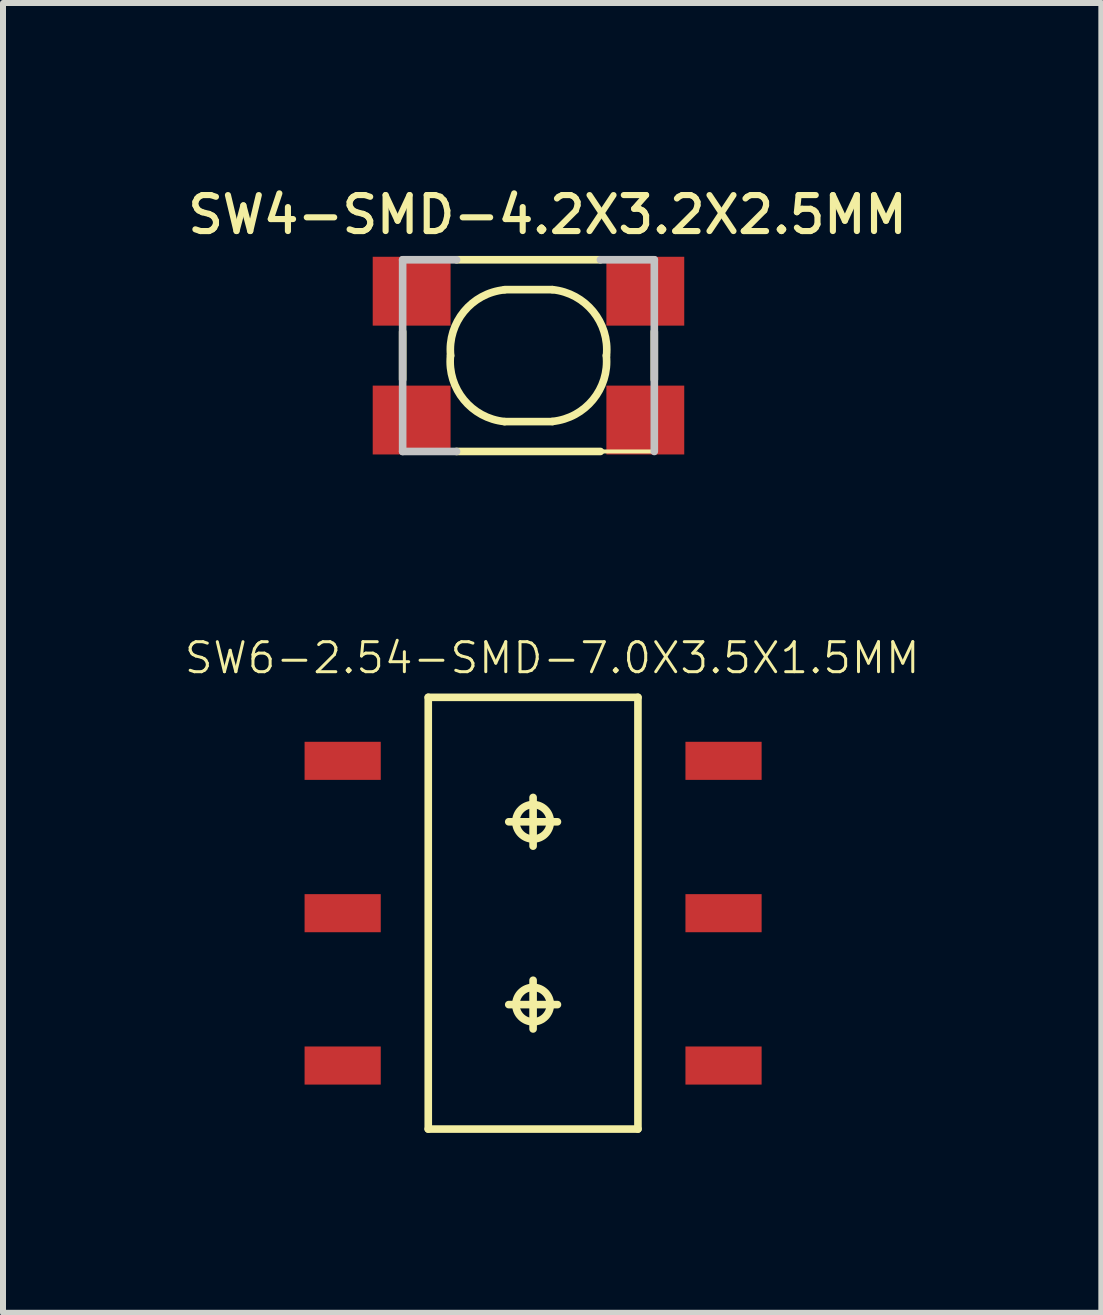
<source format=kicad_pcb>
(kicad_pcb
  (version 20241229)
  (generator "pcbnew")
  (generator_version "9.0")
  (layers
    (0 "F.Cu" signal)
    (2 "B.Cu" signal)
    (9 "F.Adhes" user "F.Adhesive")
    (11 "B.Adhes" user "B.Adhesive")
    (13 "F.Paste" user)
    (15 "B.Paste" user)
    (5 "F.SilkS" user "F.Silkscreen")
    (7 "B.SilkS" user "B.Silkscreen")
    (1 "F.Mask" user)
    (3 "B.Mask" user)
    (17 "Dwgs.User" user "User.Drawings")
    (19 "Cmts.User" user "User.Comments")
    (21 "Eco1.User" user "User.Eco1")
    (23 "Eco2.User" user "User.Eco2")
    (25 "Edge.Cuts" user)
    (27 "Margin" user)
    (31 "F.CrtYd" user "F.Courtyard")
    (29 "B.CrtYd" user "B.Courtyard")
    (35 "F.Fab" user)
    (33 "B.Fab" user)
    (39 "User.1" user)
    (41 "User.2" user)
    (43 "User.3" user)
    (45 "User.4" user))
  (footprint "SW4-SMD-4.2X3.2X2.5MM"
    (layer "F.Cu")
    (at 5.761 2.879)
    (property "Reference" "SW4-SMD-4.2X3.2X2.5MM" (at 0.318 -2.349 0) (layer "F.SilkS") (effects (font (size 0.6 0.6) (thickness 0.102))))
    (attr smd)
    (fp_line (start -2.098 -1.598) (end 2.098 -1.598) (stroke (width 0.066) (type solid)) (layer "F.SilkS"))
    (fp_line (start -2.098 -0.399) (end -2.098 0.399) (stroke (width 0.127) (type solid)) (layer "F.SilkS"))
    (fp_line (start -2.098 1.598) (end -2.098 -1.598) (stroke (width 0.066) (type solid)) (layer "F.SilkS"))
    (fp_line (start -2.098 1.598) (end 2.098 1.598) (stroke (width 0.066) (type solid)) (layer "F.SilkS"))
    (fp_line (start -1.199 -1.598) (end 1.199 -1.598) (stroke (width 0.127) (type solid)) (layer "F.SilkS"))
    (fp_line (start -0.399 -1.1) (end 0.399 -1.1) (stroke (width 0.127) (type solid)) (layer "F.SilkS"))
    (fp_line (start 0.399 1.1) (end -0.399 1.1) (stroke (width 0.127) (type solid)) (layer "F.SilkS"))
    (fp_line (start 1.199 1.598) (end -1.199 1.598) (stroke (width 0.127) (type solid)) (layer "F.SilkS"))
    (fp_line (start 2.098 0.399) (end 2.098 -0.399) (stroke (width 0.127) (type solid)) (layer "F.SilkS"))
    (fp_line (start 2.098 1.598) (end 2.098 -1.598) (stroke (width 0.066) (type solid)) (layer "F.SilkS"))
    (fp_arc (start -1.29794 0) (mid -1.075614 -0.734862) (end -0.39878 -1.09728) (stroke (width 0.127) (type solid)) (layer "F.SilkS"))
    (fp_arc (start -0.39878 1.09982) (mid -1.07741 0.736658) (end -1.30048 0) (stroke (width 0.127) (type solid)) (layer "F.SilkS"))
    (fp_arc (start 0.39878 -1.09982) (mid 1.07741 -0.736658) (end 1.30048 0) (stroke (width 0.127) (type solid)) (layer "F.SilkS"))
    (fp_arc (start 1.29794 0) (mid 1.075614 0.734862) (end 0.39878 1.09728) (stroke (width 0.127) (type solid)) (layer "F.SilkS"))
    (fp_line (start -2.098 1.598) (end -2.098 -1.598) (stroke (width 0.127) (type solid)) (layer "Dwgs.User"))
    (fp_line (start -1.199 -1.598) (end -2.098 -1.598) (stroke (width 0.127) (type solid)) (layer "Dwgs.User"))
    (fp_line (start -1.199 1.598) (end -2.098 1.598) (stroke (width 0.127) (type solid)) (layer "Dwgs.User"))
    (fp_line (start 1.199 -1.598) (end 2.098 -1.598) (stroke (width 0.127) (type solid)) (layer "Dwgs.User"))
    (fp_line (start 2.098 -1.598) (end 2.098 1.598) (stroke (width 0.127) (type solid)) (layer "Dwgs.User"))
    (pad "1" smd rect (at -1.948 -1.074) (size 1.298 1.148) (layers "F.Cu" "F.Mask" "F.Paste"))
    (pad "2" smd rect (at 1.948 -1.074) (size 1.298 1.148) (layers "F.Cu" "F.Mask" "F.Paste"))
    (pad "3" smd rect (at -1.948 1.074) (size 1.298 1.148) (layers "F.Cu" "F.Mask" "F.Paste"))
    (pad "4" smd rect (at 1.948 1.074) (size 1.298 1.148) (layers "F.Cu" "F.Mask" "F.Paste")))
  (footprint "SW6-2.54-SMD-7.0X3.5X1.5MM"
    (layer "F.Cu")
    (at 5.838 12.175)
    (property "Reference" "SW6-2.54-SMD-7.0X3.5X1.5MM" (at 0.318 -4.255 0) (layer "F.SilkS") (effects (font (size 0.5 0.5) (thickness 0.05))))
    (attr smd)
    (fp_line (start -1.748 -3.599) (end 1.748 -3.599) (stroke (width 0.066) (type solid)) (layer "F.SilkS"))
    (fp_line (start -1.748 -3.599) (end 1.748 -3.599) (stroke (width 0.127) (type solid)) (layer "F.SilkS"))
    (fp_line (start -1.748 3.599) (end -1.748 -3.599) (stroke (width 0.066) (type solid)) (layer "F.SilkS"))
    (fp_line (start -1.748 3.599) (end -1.748 -3.599) (stroke (width 0.127) (type solid)) (layer "F.SilkS"))
    (fp_line (start -1.748 3.599) (end 1.748 3.599) (stroke (width 0.066) (type solid)) (layer "F.SilkS"))
    (fp_line (start -0.406 -1.524) (end 0.406 -1.524) (stroke (width 0.127) (type solid)) (layer "F.SilkS"))
    (fp_line (start -0.406 1.524) (end 0.406 1.524) (stroke (width 0.127) (type solid)) (layer "F.SilkS"))
    (fp_line (start 0 -1.118) (end 0 -1.93) (stroke (width 0.127) (type solid)) (layer "F.SilkS"))
    (fp_line (start 0 1.93) (end 0 1.118) (stroke (width 0.127) (type solid)) (layer "F.SilkS"))
    (fp_line (start 1.748 -3.599) (end 1.748 3.599) (stroke (width 0.127) (type solid)) (layer "F.SilkS"))
    (fp_line (start 1.748 3.599) (end -1.748 3.599) (stroke (width 0.127) (type solid)) (layer "F.SilkS"))
    (fp_line (start 1.748 3.599) (end 1.748 -3.599) (stroke (width 0.066) (type solid)) (layer "F.SilkS"))
    (fp_circle (center 0 -1.524) (end -0.203 -1.727) (stroke (width 0.127) (type solid)) (fill no) (layer "F.SilkS"))
    (fp_circle (center 0 1.524) (end -0.203 1.727) (stroke (width 0.127) (type solid)) (fill no) (layer "F.SilkS"))
    (pad "CH1A" smd rect (at -3.175 -2.54) (size 1.27 0.635) (layers "F.Cu" "F.Mask" "F.Paste"))
    (pad "CH1B" smd rect (at -3.175 2.54) (size 1.27 0.635) (layers "F.Cu" "F.Mask" "F.Paste"))
    (pad "CH2A" smd rect (at 3.175 -2.54) (size 1.27 0.635) (layers "F.Cu" "F.Mask" "F.Paste"))
    (pad "CH2B" smd rect (at 3.175 2.54) (size 1.27 0.635) (layers "F.Cu" "F.Mask" "F.Paste"))
    (pad "COM1" smd rect (at -3.175 0) (size 1.27 0.635) (layers "F.Cu" "F.Mask" "F.Paste"))
    (pad "COM2" smd rect (at 3.175 0) (size 1.27 0.635) (layers "F.Cu" "F.Mask" "F.Paste")))
  (gr_rect
    (start -3 -3)
    (end 15.312 18.837)
    (stroke (width 0.1) (type default))
    (fill no)
    (layer "Edge.Cuts")))
</source>
